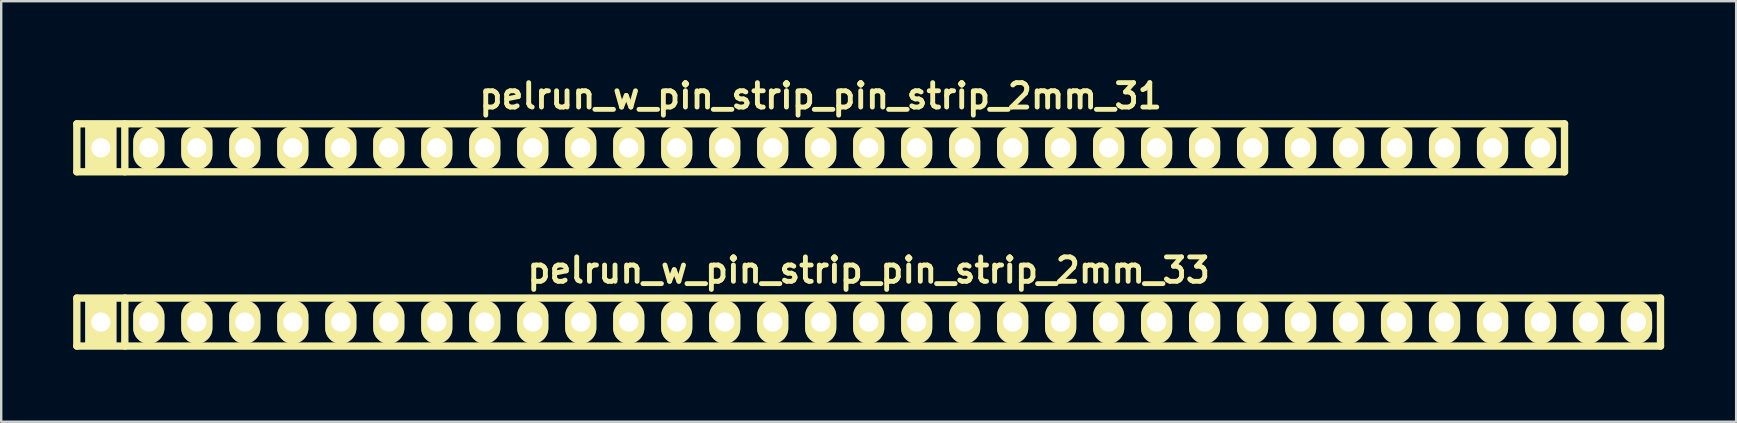
<source format=kicad_pcb>
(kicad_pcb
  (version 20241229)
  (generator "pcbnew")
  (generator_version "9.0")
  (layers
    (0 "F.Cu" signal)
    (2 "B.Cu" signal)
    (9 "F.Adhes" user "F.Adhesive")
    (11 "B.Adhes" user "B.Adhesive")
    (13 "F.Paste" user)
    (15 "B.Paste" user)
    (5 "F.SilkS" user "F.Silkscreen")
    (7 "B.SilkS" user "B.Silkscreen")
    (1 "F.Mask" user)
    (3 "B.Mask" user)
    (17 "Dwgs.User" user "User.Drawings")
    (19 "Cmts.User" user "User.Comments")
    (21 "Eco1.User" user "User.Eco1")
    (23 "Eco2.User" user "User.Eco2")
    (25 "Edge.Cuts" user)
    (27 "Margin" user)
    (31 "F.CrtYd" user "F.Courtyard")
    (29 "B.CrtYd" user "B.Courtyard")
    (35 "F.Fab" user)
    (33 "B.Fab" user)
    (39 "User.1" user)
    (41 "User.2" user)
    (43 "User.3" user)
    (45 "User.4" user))
  (footprint "pelrun_w_pin_strip_pin_strip_2mm_31"
    (layer "F.Cu")
    (at 31.152 3.11)
    (property "Reference" "pelrun_w_pin_strip_pin_strip_2mm_31" (at 0 -2.159 0) (layer "F.SilkS") (effects (font (size 1.016 1.016) (thickness 0.203))))
    (attr through_hole)
    (fp_line (start -31 -1) (end 31 -1) (stroke (width 0.305) (type solid)) (layer "F.SilkS"))
    (fp_line (start -31 1) (end -31 -1) (stroke (width 0.305) (type solid)) (layer "F.SilkS"))
    (fp_line (start -29 -1) (end -29 1) (stroke (width 0.305) (type solid)) (layer "F.SilkS"))
    (fp_line (start 31 -1) (end 31 1) (stroke (width 0.305) (type solid)) (layer "F.SilkS"))
    (fp_line (start 31 1) (end -31 1) (stroke (width 0.305) (type solid)) (layer "F.SilkS"))
    (pad "1" thru_hole rect (at -30 0) (size 1.3 1.8) (drill 0.8) (layers "*.Cu" "*.Mask" "F.SilkS"))
    (pad "2" thru_hole oval (at -28 0) (size 1.3 1.8) (drill 0.8) (layers "*.Cu" "*.Mask" "F.SilkS"))
    (pad "3" thru_hole oval (at -26 0) (size 1.3 1.8) (drill 0.8) (layers "*.Cu" "*.Mask" "F.SilkS"))
    (pad "4" thru_hole oval (at -24 0) (size 1.3 1.8) (drill 0.8) (layers "*.Cu" "*.Mask" "F.SilkS"))
    (pad "5" thru_hole oval (at -22 0) (size 1.3 1.8) (drill 0.8) (layers "*.Cu" "*.Mask" "F.SilkS"))
    (pad "6" thru_hole oval (at -20 0) (size 1.3 1.8) (drill 0.8) (layers "*.Cu" "*.Mask" "F.SilkS"))
    (pad "7" thru_hole oval (at -18 0) (size 1.3 1.8) (drill 0.8) (layers "*.Cu" "*.Mask" "F.SilkS"))
    (pad "8" thru_hole oval (at -16 0) (size 1.3 1.8) (drill 0.8) (layers "*.Cu" "*.Mask" "F.SilkS"))
    (pad "9" thru_hole oval (at -14 0) (size 1.3 1.8) (drill 0.8) (layers "*.Cu" "*.Mask" "F.SilkS"))
    (pad "10" thru_hole oval (at -12 0) (size 1.3 1.8) (drill 0.8) (layers "*.Cu" "*.Mask" "F.SilkS"))
    (pad "11" thru_hole oval (at -10 0) (size 1.3 1.8) (drill 0.8) (layers "*.Cu" "*.Mask" "F.SilkS"))
    (pad "12" thru_hole oval (at -8 0) (size 1.3 1.8) (drill 0.8) (layers "*.Cu" "*.Mask" "F.SilkS"))
    (pad "13" thru_hole oval (at -6 0) (size 1.3 1.8) (drill 0.8) (layers "*.Cu" "*.Mask" "F.SilkS"))
    (pad "14" thru_hole oval (at -4 0) (size 1.3 1.8) (drill 0.8) (layers "*.Cu" "*.Mask" "F.SilkS"))
    (pad "15" thru_hole oval (at -2 0) (size 1.3 1.8) (drill 0.8) (layers "*.Cu" "*.Mask" "F.SilkS"))
    (pad "16" thru_hole oval (at 0 0) (size 1.3 1.8) (drill 0.8) (layers "*.Cu" "*.Mask" "F.SilkS"))
    (pad "17" thru_hole oval (at 2 0) (size 1.3 1.8) (drill 0.8) (layers "*.Cu" "*.Mask" "F.SilkS"))
    (pad "18" thru_hole oval (at 4 0) (size 1.3 1.8) (drill 0.8) (layers "*.Cu" "*.Mask" "F.SilkS"))
    (pad "19" thru_hole oval (at 6 0) (size 1.3 1.8) (drill 0.8) (layers "*.Cu" "*.Mask" "F.SilkS"))
    (pad "20" thru_hole oval (at 8 0) (size 1.3 1.8) (drill 0.8) (layers "*.Cu" "*.Mask" "F.SilkS"))
    (pad "21" thru_hole oval (at 10 0) (size 1.3 1.8) (drill 0.8) (layers "*.Cu" "*.Mask" "F.SilkS"))
    (pad "22" thru_hole oval (at 12 0) (size 1.3 1.8) (drill 0.8) (layers "*.Cu" "*.Mask" "F.SilkS"))
    (pad "23" thru_hole oval (at 14 0) (size 1.3 1.8) (drill 0.8) (layers "*.Cu" "*.Mask" "F.SilkS"))
    (pad "24" thru_hole oval (at 16 0) (size 1.3 1.8) (drill 0.8) (layers "*.Cu" "*.Mask" "F.SilkS"))
    (pad "25" thru_hole oval (at 18 0) (size 1.3 1.8) (drill 0.8) (layers "*.Cu" "*.Mask" "F.SilkS"))
    (pad "26" thru_hole oval (at 20 0) (size 1.3 1.8) (drill 0.8) (layers "*.Cu" "*.Mask" "F.SilkS"))
    (pad "27" thru_hole oval (at 22 0) (size 1.3 1.8) (drill 0.8) (layers "*.Cu" "*.Mask" "F.SilkS"))
    (pad "28" thru_hole oval (at 24 0) (size 1.3 1.8) (drill 0.8) (layers "*.Cu" "*.Mask" "F.SilkS"))
    (pad "29" thru_hole oval (at 26 0) (size 1.3 1.8) (drill 0.8) (layers "*.Cu" "*.Mask" "F.SilkS"))
    (pad "30" thru_hole oval (at 28 0) (size 1.3 1.8) (drill 0.8) (layers "*.Cu" "*.Mask" "F.SilkS"))
    (pad "31" thru_hole oval (at 30 0) (size 1.3 1.8) (drill 0.8) (layers "*.Cu" "*.Mask" "F.SilkS")))
  (footprint "pelrun_w_pin_strip_pin_strip_2mm_33"
    (layer "F.Cu")
    (at 33.152 10.372)
    (property "Reference" "pelrun_w_pin_strip_pin_strip_2mm_33" (at 0 -2.159 0) (layer "F.SilkS") (effects (font (size 1.016 1.016) (thickness 0.203))))
    (attr through_hole)
    (fp_line (start -33 -1) (end 33 -1) (stroke (width 0.305) (type solid)) (layer "F.SilkS"))
    (fp_line (start -33 1) (end -33 -1) (stroke (width 0.305) (type solid)) (layer "F.SilkS"))
    (fp_line (start -31 -1) (end -31 1) (stroke (width 0.305) (type solid)) (layer "F.SilkS"))
    (fp_line (start 33 -1) (end 33 1) (stroke (width 0.305) (type solid)) (layer "F.SilkS"))
    (fp_line (start 33 1) (end -33 1) (stroke (width 0.305) (type solid)) (layer "F.SilkS"))
    (pad "1" thru_hole rect (at -32 0) (size 1.3 1.8) (drill 0.8) (layers "*.Cu" "*.Mask" "F.SilkS"))
    (pad "2" thru_hole oval (at -30 0) (size 1.3 1.8) (drill 0.8) (layers "*.Cu" "*.Mask" "F.SilkS"))
    (pad "3" thru_hole oval (at -28 0) (size 1.3 1.8) (drill 0.8) (layers "*.Cu" "*.Mask" "F.SilkS"))
    (pad "4" thru_hole oval (at -26 0) (size 1.3 1.8) (drill 0.8) (layers "*.Cu" "*.Mask" "F.SilkS"))
    (pad "5" thru_hole oval (at -24 0) (size 1.3 1.8) (drill 0.8) (layers "*.Cu" "*.Mask" "F.SilkS"))
    (pad "6" thru_hole oval (at -22 0) (size 1.3 1.8) (drill 0.8) (layers "*.Cu" "*.Mask" "F.SilkS"))
    (pad "7" thru_hole oval (at -20 0) (size 1.3 1.8) (drill 0.8) (layers "*.Cu" "*.Mask" "F.SilkS"))
    (pad "8" thru_hole oval (at -18 0) (size 1.3 1.8) (drill 0.8) (layers "*.Cu" "*.Mask" "F.SilkS"))
    (pad "9" thru_hole oval (at -16 0) (size 1.3 1.8) (drill 0.8) (layers "*.Cu" "*.Mask" "F.SilkS"))
    (pad "10" thru_hole oval (at -14 0) (size 1.3 1.8) (drill 0.8) (layers "*.Cu" "*.Mask" "F.SilkS"))
    (pad "11" thru_hole oval (at -12 0) (size 1.3 1.8) (drill 0.8) (layers "*.Cu" "*.Mask" "F.SilkS"))
    (pad "12" thru_hole oval (at -10 0) (size 1.3 1.8) (drill 0.8) (layers "*.Cu" "*.Mask" "F.SilkS"))
    (pad "13" thru_hole oval (at -8 0) (size 1.3 1.8) (drill 0.8) (layers "*.Cu" "*.Mask" "F.SilkS"))
    (pad "14" thru_hole oval (at -6 0) (size 1.3 1.8) (drill 0.8) (layers "*.Cu" "*.Mask" "F.SilkS"))
    (pad "15" thru_hole oval (at -4 0) (size 1.3 1.8) (drill 0.8) (layers "*.Cu" "*.Mask" "F.SilkS"))
    (pad "16" thru_hole oval (at -2 0) (size 1.3 1.8) (drill 0.8) (layers "*.Cu" "*.Mask" "F.SilkS"))
    (pad "17" thru_hole oval (at 0 0) (size 1.3 1.8) (drill 0.8) (layers "*.Cu" "*.Mask" "F.SilkS"))
    (pad "18" thru_hole oval (at 2 0) (size 1.3 1.8) (drill 0.8) (layers "*.Cu" "*.Mask" "F.SilkS"))
    (pad "19" thru_hole oval (at 4 0) (size 1.3 1.8) (drill 0.8) (layers "*.Cu" "*.Mask" "F.SilkS"))
    (pad "20" thru_hole oval (at 6 0) (size 1.3 1.8) (drill 0.8) (layers "*.Cu" "*.Mask" "F.SilkS"))
    (pad "21" thru_hole oval (at 8 0) (size 1.3 1.8) (drill 0.8) (layers "*.Cu" "*.Mask" "F.SilkS"))
    (pad "22" thru_hole oval (at 10 0) (size 1.3 1.8) (drill 0.8) (layers "*.Cu" "*.Mask" "F.SilkS"))
    (pad "23" thru_hole oval (at 12 0) (size 1.3 1.8) (drill 0.8) (layers "*.Cu" "*.Mask" "F.SilkS"))
    (pad "24" thru_hole oval (at 14 0) (size 1.3 1.8) (drill 0.8) (layers "*.Cu" "*.Mask" "F.SilkS"))
    (pad "25" thru_hole oval (at 16 0) (size 1.3 1.8) (drill 0.8) (layers "*.Cu" "*.Mask" "F.SilkS"))
    (pad "26" thru_hole oval (at 18 0) (size 1.3 1.8) (drill 0.8) (layers "*.Cu" "*.Mask" "F.SilkS"))
    (pad "27" thru_hole oval (at 20 0) (size 1.3 1.8) (drill 0.8) (layers "*.Cu" "*.Mask" "F.SilkS"))
    (pad "28" thru_hole oval (at 22 0) (size 1.3 1.8) (drill 0.8) (layers "*.Cu" "*.Mask" "F.SilkS"))
    (pad "29" thru_hole oval (at 24 0) (size 1.3 1.8) (drill 0.8) (layers "*.Cu" "*.Mask" "F.SilkS"))
    (pad "30" thru_hole oval (at 26 0) (size 1.3 1.8) (drill 0.8) (layers "*.Cu" "*.Mask" "F.SilkS"))
    (pad "31" thru_hole oval (at 28 0) (size 1.3 1.8) (drill 0.8) (layers "*.Cu" "*.Mask" "F.SilkS"))
    (pad "32" thru_hole oval (at 30 0) (size 1.3 1.8) (drill 0.8) (layers "*.Cu" "*.Mask" "F.SilkS"))
    (pad "33" thru_hole oval (at 32 0) (size 1.3 1.8) (drill 0.8) (layers "*.Cu" "*.Mask" "F.SilkS")))
  (gr_rect
    (start -3 -3)
    (end 69.305 14.525)
    (stroke (width 0.1) (type default))
    (fill no)
    (layer "Edge.Cuts")))
</source>
